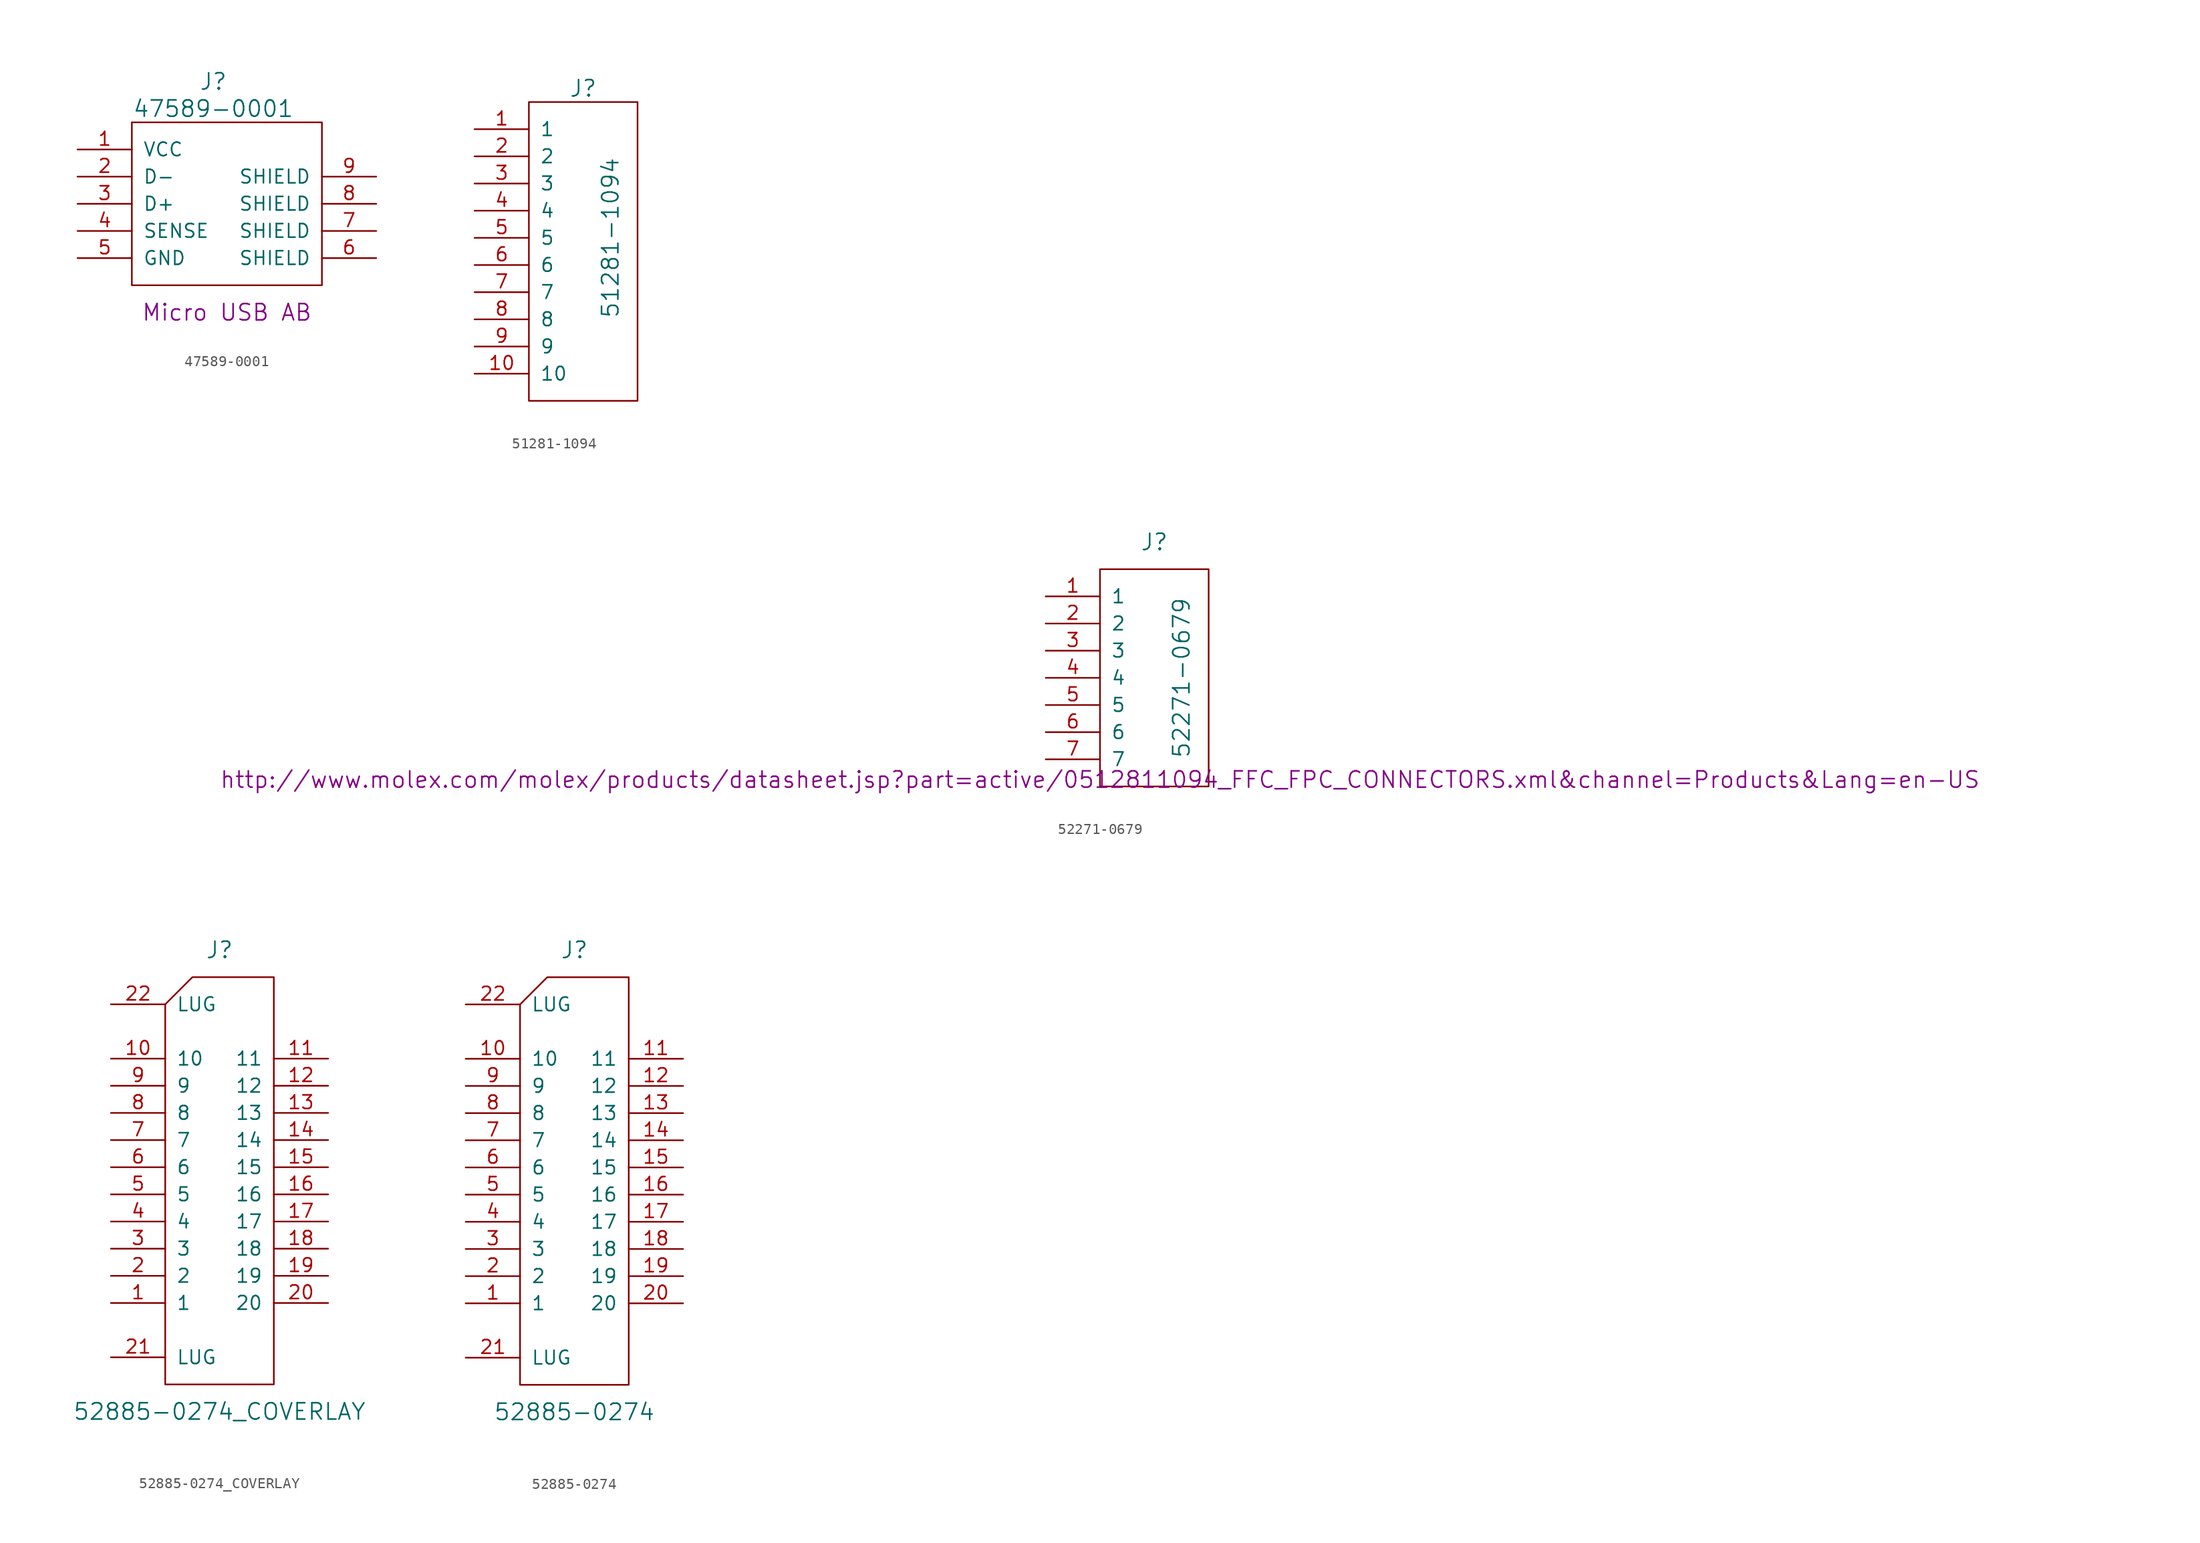
<source format=kicad_sym>
(kicad_symbol_lib
  (version 20220914)
  (generator kicad_symbol_editor)
  (symbol "47589-0001"
    (pin_names
      (offset 1.016))
    (property "Reference" "J"
      (at 7.62 19.05 0)
      (effects (font (size 1.524 1.524))))
    (property "Value" "47589-0001"
      (at 7.62 16.51 0)
      (effects (font (size 1.524 1.524))))
    (property "Datasheet" ""
      (at 0 0.635 0)
      (effects (font (size 1.524 1.524))))
    (property "Descr" "Micro USB AB"
      (at 8.89 -2.54 0)
      (effects (font (size 1.524 1.524))))
    (symbol "47589-0001_0_1"
      (rectangle (start 0 0) (end 17.78 15.24) (stroke (width 0) (type solid)) (fill (type none))))
    (symbol "47589-0001_1_1"
      (pin input line (at -5.08 12.7 0) (length 5.08) (name "VCC" (effects (font (size 1.27 1.27)))) (number "1" (effects (font (size 1.27 1.27)))))
      (pin input line (at -5.08 10.16 0) (length 5.08) (name "D-" (effects (font (size 1.27 1.27)))) (number "2" (effects (font (size 1.27 1.27)))))
      (pin input line (at -5.08 7.62 0) (length 5.08) (name "D+" (effects (font (size 1.27 1.27)))) (number "3" (effects (font (size 1.27 1.27)))))
      (pin input line (at -5.08 5.08 0) (length 5.08) (name "SENSE" (effects (font (size 1.27 1.27)))) (number "4" (effects (font (size 1.27 1.27)))))
      (pin input line (at -5.08 2.54 0) (length 5.08) (name "GND" (effects (font (size 1.27 1.27)))) (number "5" (effects (font (size 1.27 1.27)))))
      (pin passive line (at 22.86 2.54 180) (length 5.08) (name "SHIELD" (effects (font (size 1.27 1.27)))) (number "6" (effects (font (size 1.27 1.27)))))
      (pin passive line (at 22.86 5.08 180) (length 5.08) (name "SHIELD" (effects (font (size 1.27 1.27)))) (number "7" (effects (font (size 1.27 1.27)))))
      (pin passive line (at 22.86 7.62 180) (length 5.08) (name "SHIELD" (effects (font (size 1.27 1.27)))) (number "8" (effects (font (size 1.27 1.27)))))
      (pin passive line (at 22.86 10.16 180) (length 5.08) (name "SHIELD" (effects (font (size 1.27 1.27)))) (number "9" (effects (font (size 1.27 1.27)))))))
  (symbol "51281-1094"
    (pin_names
      (offset 1.016))
    (property "Reference" "J"
      (at 5.08 29.21 0)
      (effects (font (size 1.524 1.524))))
    (property "Value" "51281-1094"
      (at 7.62 15.24 90)
      (effects (font (size 1.524 1.524))))
    (symbol "51281-1094_0_1"
      (rectangle (start 0 0) (end 10.16 27.94) (stroke (width 0) (type solid)) (fill (type none))))
    (symbol "51281-1094_1_1"
      (pin passive line (at -5.08 25.4 0) (length 5.08) (name "1" (effects (font (size 1.27 1.27)))) (number "1" (effects (font (size 1.27 1.27)))))
      (pin passive line (at -5.08 2.54 0) (length 5.08) (name "10" (effects (font (size 1.27 1.27)))) (number "10" (effects (font (size 1.27 1.27)))))
      (pin passive line (at -5.08 22.86 0) (length 5.08) (name "2" (effects (font (size 1.27 1.27)))) (number "2" (effects (font (size 1.27 1.27)))))
      (pin passive line (at -5.08 20.32 0) (length 5.08) (name "3" (effects (font (size 1.27 1.27)))) (number "3" (effects (font (size 1.27 1.27)))))
      (pin passive line (at -5.08 17.78 0) (length 5.08) (name "4" (effects (font (size 1.27 1.27)))) (number "4" (effects (font (size 1.27 1.27)))))
      (pin passive line (at -5.08 15.24 0) (length 5.08) (name "5" (effects (font (size 1.27 1.27)))) (number "5" (effects (font (size 1.27 1.27)))))
      (pin passive line (at -5.08 12.7 0) (length 5.08) (name "6" (effects (font (size 1.27 1.27)))) (number "6" (effects (font (size 1.27 1.27)))))
      (pin passive line (at -5.08 10.16 0) (length 5.08) (name "7" (effects (font (size 1.27 1.27)))) (number "7" (effects (font (size 1.27 1.27)))))
      (pin passive line (at -5.08 7.62 0) (length 5.08) (name "8" (effects (font (size 1.27 1.27)))) (number "8" (effects (font (size 1.27 1.27)))))
      (pin passive line (at -5.08 5.08 0) (length 5.08) (name "9" (effects (font (size 1.27 1.27)))) (number "9" (effects (font (size 1.27 1.27)))))))
  (symbol "52271-0679"
    (pin_names
      (offset 1.016))
    (property "Reference" "J"
      (at 5.08 22.86 0)
      (effects (font (size 1.524 1.524))))
    (property "Value" "52271-0679"
      (at 7.62 10.16 90)
      (effects (font (size 1.524 1.524))))
    (property "Datasheet" "http://www.molex.com/molex/products/datasheet.jsp?part=active/0512811094_FFC_FPC_CONNECTORS.xml&channel=Products&Lang=en-US"
      (at 0 0.635 0)
      (effects (font (size 1.524 1.524))))
    (symbol "52271-0679_0_1"
      (rectangle (start 0 0) (end 10.16 20.32) (stroke (width 0) (type solid)) (fill (type none))))
    (symbol "52271-0679_1_1"
      (pin passive line (at -5.08 17.78 0) (length 5.08) (name "1" (effects (font (size 1.27 1.27)))) (number "1" (effects (font (size 1.27 1.27)))))
      (pin passive line (at -5.08 15.24 0) (length 5.08) (name "2" (effects (font (size 1.27 1.27)))) (number "2" (effects (font (size 1.27 1.27)))))
      (pin passive line (at -5.08 12.7 0) (length 5.08) (name "3" (effects (font (size 1.27 1.27)))) (number "3" (effects (font (size 1.27 1.27)))))
      (pin passive line (at -5.08 10.16 0) (length 5.08) (name "4" (effects (font (size 1.27 1.27)))) (number "4" (effects (font (size 1.27 1.27)))))
      (pin passive line (at -5.08 7.62 0) (length 5.08) (name "5" (effects (font (size 1.27 1.27)))) (number "5" (effects (font (size 1.27 1.27)))))
      (pin passive line (at -5.08 5.08 0) (length 5.08) (name "6" (effects (font (size 1.27 1.27)))) (number "6" (effects (font (size 1.27 1.27)))))
      (pin passive line (at -5.08 2.54 0) (length 5.08) (name "7" (effects (font (size 1.27 1.27)))) (number "7" (effects (font (size 1.27 1.27)))))))
  (symbol "52885-0274_COVERLAY"
    (pin_names
      (offset 1.016))
    (property "Reference" "J"
      (at 5.08 40.64 0)
      (effects (font (size 1.524 1.524))))
    (property "Value" "52885-0274_COVERLAY"
      (at 5.08 -2.54 0)
      (effects (font (size 1.524 1.524))))
    (symbol "52885-0274_COVERLAY_0_1"
      (polyline (pts (xy 0 35.56) (xy 2.54 38.1) (xy 10.16 38.1) (xy 10.16 0) (xy 0 0) (xy 0 35.56)) (stroke (width 0) (type solid)) (fill (type none))))
    (symbol "52885-0274_COVERLAY_1_1"
      (pin passive line (at -5.08 7.62 0) (length 5.08) (name "1" (effects (font (size 1.27 1.27)))) (number "1" (effects (font (size 1.27 1.27)))))
      (pin passive line (at -5.08 30.48 0) (length 5.08) (name "10" (effects (font (size 1.27 1.27)))) (number "10" (effects (font (size 1.27 1.27)))))
      (pin passive line (at 15.24 30.48 180) (length 5.08) (name "11" (effects (font (size 1.27 1.27)))) (number "11" (effects (font (size 1.27 1.27)))))
      (pin passive line (at 15.24 27.94 180) (length 5.08) (name "12" (effects (font (size 1.27 1.27)))) (number "12" (effects (font (size 1.27 1.27)))))
      (pin passive line (at 15.24 25.4 180) (length 5.08) (name "13" (effects (font (size 1.27 1.27)))) (number "13" (effects (font (size 1.27 1.27)))))
      (pin passive line (at 15.24 22.86 180) (length 5.08) (name "14" (effects (font (size 1.27 1.27)))) (number "14" (effects (font (size 1.27 1.27)))))
      (pin passive line (at 15.24 20.32 180) (length 5.08) (name "15" (effects (font (size 1.27 1.27)))) (number "15" (effects (font (size 1.27 1.27)))))
      (pin passive line (at 15.24 17.78 180) (length 5.08) (name "16" (effects (font (size 1.27 1.27)))) (number "16" (effects (font (size 1.27 1.27)))))
      (pin passive line (at 15.24 15.24 180) (length 5.08) (name "17" (effects (font (size 1.27 1.27)))) (number "17" (effects (font (size 1.27 1.27)))))
      (pin passive line (at 15.24 12.7 180) (length 5.08) (name "18" (effects (font (size 1.27 1.27)))) (number "18" (effects (font (size 1.27 1.27)))))
      (pin passive line (at 15.24 10.16 180) (length 5.08) (name "19" (effects (font (size 1.27 1.27)))) (number "19" (effects (font (size 1.27 1.27)))))
      (pin passive line (at -5.08 10.16 0) (length 5.08) (name "2" (effects (font (size 1.27 1.27)))) (number "2" (effects (font (size 1.27 1.27)))))
      (pin passive line (at 15.24 7.62 180) (length 5.08) (name "20" (effects (font (size 1.27 1.27)))) (number "20" (effects (font (size 1.27 1.27)))))
      (pin passive line (at -5.08 2.54 0) (length 5.08) (name "LUG" (effects (font (size 1.27 1.27)))) (number "21" (effects (font (size 1.27 1.27)))))
      (pin passive line (at -5.08 35.56 0) (length 5.08) (name "LUG" (effects (font (size 1.27 1.27)))) (number "22" (effects (font (size 1.27 1.27)))))
      (pin passive line (at -5.08 12.7 0) (length 5.08) (name "3" (effects (font (size 1.27 1.27)))) (number "3" (effects (font (size 1.27 1.27)))))
      (pin passive line (at -5.08 15.24 0) (length 5.08) (name "4" (effects (font (size 1.27 1.27)))) (number "4" (effects (font (size 1.27 1.27)))))
      (pin passive line (at -5.08 17.78 0) (length 5.08) (name "5" (effects (font (size 1.27 1.27)))) (number "5" (effects (font (size 1.27 1.27)))))
      (pin passive line (at -5.08 20.32 0) (length 5.08) (name "6" (effects (font (size 1.27 1.27)))) (number "6" (effects (font (size 1.27 1.27)))))
      (pin passive line (at -5.08 22.86 0) (length 5.08) (name "7" (effects (font (size 1.27 1.27)))) (number "7" (effects (font (size 1.27 1.27)))))
      (pin passive line (at -5.08 25.4 0) (length 5.08) (name "8" (effects (font (size 1.27 1.27)))) (number "8" (effects (font (size 1.27 1.27)))))
      (pin passive line (at -5.08 27.94 0) (length 5.08) (name "9" (effects (font (size 1.27 1.27)))) (number "9" (effects (font (size 1.27 1.27)))))))
  (symbol "52885-0274"
    (pin_names
      (offset 1.016))
    (property "Reference" "J"
      (at 5.08 40.64 0)
      (effects (font (size 1.524 1.524))))
    (property "Value" "52885-0274"
      (at 5.08 -2.54 0)
      (effects (font (size 1.524 1.524))))
    (symbol "52885-0274_0_1"
      (polyline (pts (xy 0 35.56) (xy 2.54 38.1) (xy 10.16 38.1) (xy 10.16 0) (xy 0 0) (xy 0 35.56)) (stroke (width 0) (type solid)) (fill (type none))))
    (symbol "52885-0274_1_1"
      (pin passive line (at -5.08 7.62 0) (length 5.08) (name "1" (effects (font (size 1.27 1.27)))) (number "1" (effects (font (size 1.27 1.27)))))
      (pin passive line (at -5.08 30.48 0) (length 5.08) (name "10" (effects (font (size 1.27 1.27)))) (number "10" (effects (font (size 1.27 1.27)))))
      (pin passive line (at 15.24 30.48 180) (length 5.08) (name "11" (effects (font (size 1.27 1.27)))) (number "11" (effects (font (size 1.27 1.27)))))
      (pin passive line (at 15.24 27.94 180) (length 5.08) (name "12" (effects (font (size 1.27 1.27)))) (number "12" (effects (font (size 1.27 1.27)))))
      (pin passive line (at 15.24 25.4 180) (length 5.08) (name "13" (effects (font (size 1.27 1.27)))) (number "13" (effects (font (size 1.27 1.27)))))
      (pin passive line (at 15.24 22.86 180) (length 5.08) (name "14" (effects (font (size 1.27 1.27)))) (number "14" (effects (font (size 1.27 1.27)))))
      (pin passive line (at 15.24 20.32 180) (length 5.08) (name "15" (effects (font (size 1.27 1.27)))) (number "15" (effects (font (size 1.27 1.27)))))
      (pin passive line (at 15.24 17.78 180) (length 5.08) (name "16" (effects (font (size 1.27 1.27)))) (number "16" (effects (font (size 1.27 1.27)))))
      (pin passive line (at 15.24 15.24 180) (length 5.08) (name "17" (effects (font (size 1.27 1.27)))) (number "17" (effects (font (size 1.27 1.27)))))
      (pin passive line (at 15.24 12.7 180) (length 5.08) (name "18" (effects (font (size 1.27 1.27)))) (number "18" (effects (font (size 1.27 1.27)))))
      (pin passive line (at 15.24 10.16 180) (length 5.08) (name "19" (effects (font (size 1.27 1.27)))) (number "19" (effects (font (size 1.27 1.27)))))
      (pin passive line (at -5.08 10.16 0) (length 5.08) (name "2" (effects (font (size 1.27 1.27)))) (number "2" (effects (font (size 1.27 1.27)))))
      (pin passive line (at 15.24 7.62 180) (length 5.08) (name "20" (effects (font (size 1.27 1.27)))) (number "20" (effects (font (size 1.27 1.27)))))
      (pin passive line (at -5.08 2.54 0) (length 5.08) (name "LUG" (effects (font (size 1.27 1.27)))) (number "21" (effects (font (size 1.27 1.27)))))
      (pin passive line (at -5.08 35.56 0) (length 5.08) (name "LUG" (effects (font (size 1.27 1.27)))) (number "22" (effects (font (size 1.27 1.27)))))
      (pin passive line (at -5.08 12.7 0) (length 5.08) (name "3" (effects (font (size 1.27 1.27)))) (number "3" (effects (font (size 1.27 1.27)))))
      (pin passive line (at -5.08 15.24 0) (length 5.08) (name "4" (effects (font (size 1.27 1.27)))) (number "4" (effects (font (size 1.27 1.27)))))
      (pin passive line (at -5.08 17.78 0) (length 5.08) (name "5" (effects (font (size 1.27 1.27)))) (number "5" (effects (font (size 1.27 1.27)))))
      (pin passive line (at -5.08 20.32 0) (length 5.08) (name "6" (effects (font (size 1.27 1.27)))) (number "6" (effects (font (size 1.27 1.27)))))
      (pin passive line (at -5.08 22.86 0) (length 5.08) (name "7" (effects (font (size 1.27 1.27)))) (number "7" (effects (font (size 1.27 1.27)))))
      (pin passive line (at -5.08 25.4 0) (length 5.08) (name "8" (effects (font (size 1.27 1.27)))) (number "8" (effects (font (size 1.27 1.27)))))
      (pin passive line (at -5.08 27.94 0) (length 5.08) (name "9" (effects (font (size 1.27 1.27)))) (number "9" (effects (font (size 1.27 1.27))))))))
</source>
